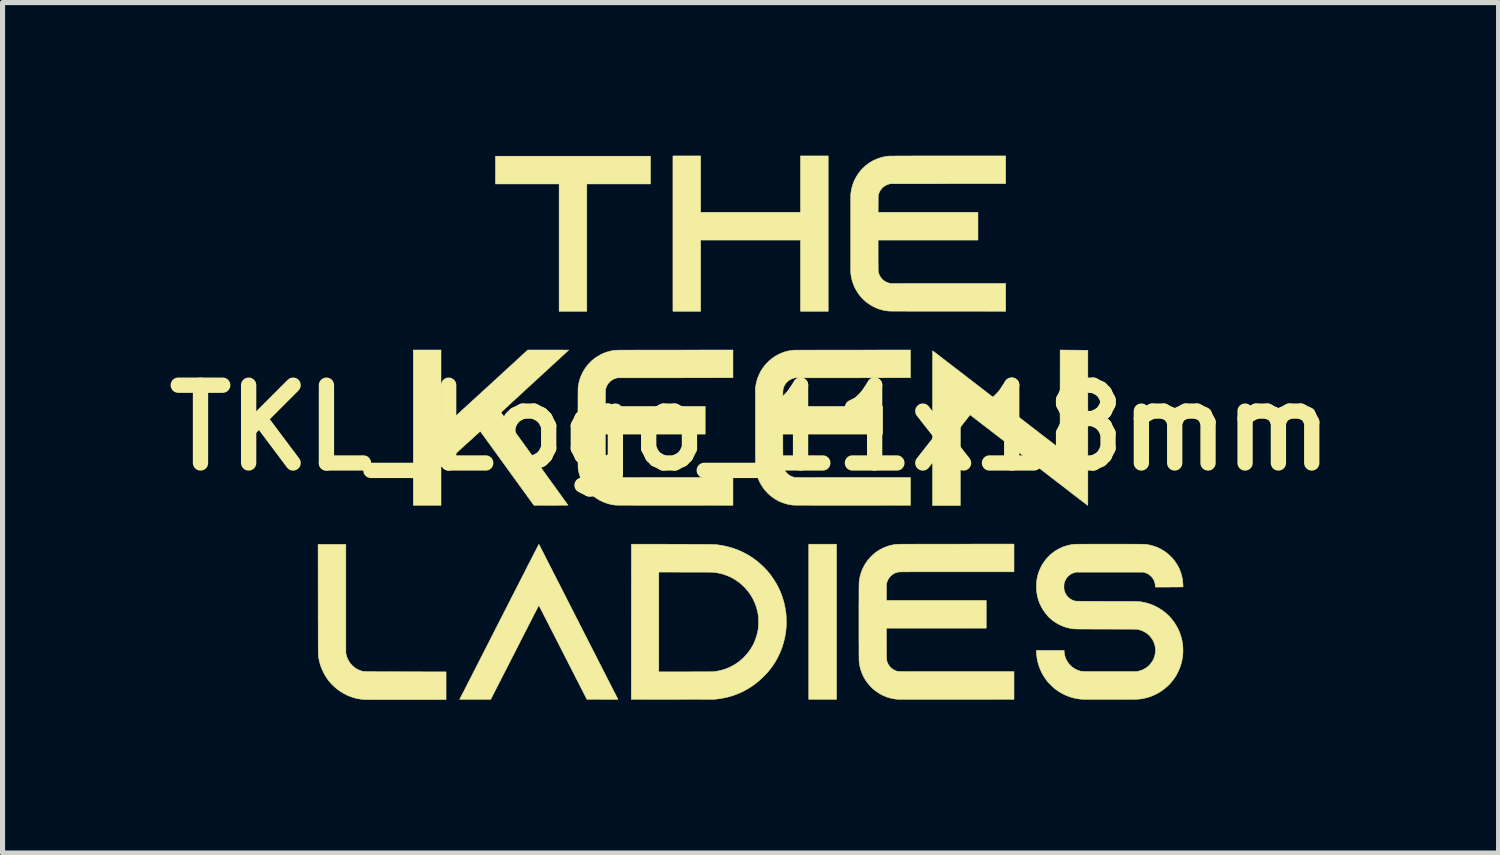
<source format=kicad_pcb>
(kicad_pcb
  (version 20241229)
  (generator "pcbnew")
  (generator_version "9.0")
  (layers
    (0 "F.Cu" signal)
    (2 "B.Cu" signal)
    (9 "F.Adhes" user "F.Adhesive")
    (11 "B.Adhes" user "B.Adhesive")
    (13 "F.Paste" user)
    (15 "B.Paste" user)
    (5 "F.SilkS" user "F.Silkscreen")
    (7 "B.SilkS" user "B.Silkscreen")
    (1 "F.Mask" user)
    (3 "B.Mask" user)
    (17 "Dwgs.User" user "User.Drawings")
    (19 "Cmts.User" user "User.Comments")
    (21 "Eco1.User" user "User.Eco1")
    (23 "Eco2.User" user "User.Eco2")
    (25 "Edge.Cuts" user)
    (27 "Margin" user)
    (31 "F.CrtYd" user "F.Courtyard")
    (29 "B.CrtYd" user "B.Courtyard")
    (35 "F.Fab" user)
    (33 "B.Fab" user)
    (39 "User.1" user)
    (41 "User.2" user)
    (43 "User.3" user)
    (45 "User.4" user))
  (footprint "TKL_Logo_11x18mm"
    (layer "F.Cu")
    (at 11.655 5.331)
    (property "Reference" "TKL_Logo_11x18mm" (at 0 0 0) (layer "F.SilkS") (effects (font (size 1.524 1.524) (thickness 0.3))))
    (attr through_hole)
    (fp_poly (pts (xy 1.684 5.321) (xy 1.14 5.321) (xy 1.14 2.281) (xy 1.684 2.281) (xy 1.684 5.321)) (stroke (width 0.01) (type solid)) (fill yes) (layer "F.SilkS"))
    (fp_poly (pts (xy -1.961 -4.777) (xy -3.208 -4.777) (xy -3.208 -2.281) (xy -3.751 -2.281) (xy -3.751 -4.777) (xy -4.998 -4.777) (xy -4.998 -5.321) (xy -1.961 -5.321) (xy -1.961 -4.777)) (stroke (width 0.01) (type solid)) (fill yes) (layer "F.SilkS"))
    (fp_poly (pts (xy -0.978 -4.221) (xy 0.978 -4.221) (xy 0.978 -5.326) (xy 1.521 -5.326) (xy 1.521 -2.283) (xy 0.978 -2.283) (xy 0.978 -3.678) (xy -0.978 -3.678) (xy -0.978 -2.283) (xy -1.521 -2.283) (xy -1.521 -5.326) (xy -0.978 -5.326) (xy -0.978 -4.221)) (stroke (width 0.01) (type solid)) (fill yes) (layer "F.SilkS"))
    (fp_poly (pts (xy -7.929 4.415) (xy -7.923 4.444) (xy -7.91 4.489) (xy -7.893 4.531) (xy -7.871 4.572) (xy -7.846 4.61) (xy -7.816 4.645) (xy -7.783 4.677) (xy -7.746 4.706) (xy -7.739 4.711) (xy -7.715 4.725) (xy -7.688 4.739) (xy -7.66 4.751) (xy -7.637 4.76) (xy -7.632 4.761) (xy -7.627 4.763) (xy -7.622 4.765) (xy -7.618 4.766) (xy -7.614 4.768) (xy -7.609 4.769) (xy -7.604 4.77) (xy -7.599 4.771) (xy -7.593 4.772) (xy -7.586 4.773) (xy -7.578 4.774) (xy -7.568 4.775) (xy -7.557 4.775) (xy -7.544 4.776) (xy -7.529 4.776) (xy -7.513 4.777) (xy -7.493 4.777) (xy -7.472 4.777) (xy -7.447 4.778) (xy -7.42 4.778) (xy -7.389 4.778) (xy -7.355 4.778) (xy -7.318 4.779) (xy -7.277 4.779) (xy -7.232 4.779) (xy -7.183 4.779) (xy -7.13 4.779) (xy -7.072 4.779) (xy -7.009 4.78) (xy -6.946 4.78) (xy -6.888 4.78) (xy -6.829 4.78) (xy -6.771 4.78) (xy -6.713 4.781) (xy -6.656 4.781) (xy -6.601 4.781) (xy -6.547 4.781) (xy -6.494 4.781) (xy -6.444 4.781) (xy -6.396 4.782) (xy -6.351 4.782) (xy -6.309 4.782) (xy -6.271 4.782) (xy -6.236 4.782) (xy -6.204 4.782) (xy -6.178 4.782) (xy -6.156 4.782) (xy -6.144 4.782) (xy -5.966 4.782) (xy -5.966 5.326) (xy -6.76 5.325) (xy -6.824 5.325) (xy -6.886 5.325) (xy -6.947 5.325) (xy -7.006 5.325) (xy -7.064 5.325) (xy -7.12 5.325) (xy -7.173 5.325) (xy -7.224 5.325) (xy -7.273 5.325) (xy -7.319 5.325) (xy -7.361 5.325) (xy -7.401 5.324) (xy -7.437 5.324) (xy -7.47 5.324) (xy -7.499 5.324) (xy -7.524 5.324) (xy -7.544 5.324) (xy -7.561 5.324) (xy -7.573 5.323) (xy -7.58 5.323) (xy -7.581 5.323) (xy -7.649 5.315) (xy -7.717 5.303) (xy -7.783 5.285) (xy -7.847 5.263) (xy -7.91 5.237) (xy -7.971 5.205) (xy -8.03 5.17) (xy -8.087 5.13) (xy -8.14 5.086) (xy -8.187 5.043) (xy -8.226 5.002) (xy -8.261 4.96) (xy -8.293 4.917) (xy -8.323 4.872) (xy -8.351 4.824) (xy -8.367 4.792) (xy -8.391 4.742) (xy -8.411 4.694) (xy -8.428 4.646) (xy -8.442 4.597) (xy -8.454 4.546) (xy -8.463 4.492) (xy -8.467 4.467) (xy -8.467 4.465) (xy -8.467 4.461) (xy -8.468 4.457) (xy -8.468 4.453) (xy -8.468 4.448) (xy -8.469 4.441) (xy -8.469 4.434) (xy -8.469 4.425) (xy -8.469 4.415) (xy -8.47 4.403) (xy -8.47 4.389) (xy -8.47 4.374) (xy -8.47 4.356) (xy -8.47 4.337) (xy -8.47 4.315) (xy -8.47 4.29) (xy -8.471 4.263) (xy -8.471 4.233) (xy -8.471 4.201) (xy -8.471 4.165) (xy -8.471 4.126) (xy -8.471 4.084) (xy -8.471 4.038) (xy -8.471 3.989) (xy -8.471 3.936) (xy -8.471 3.879) (xy -8.471 3.818) (xy -8.472 3.752) (xy -8.472 3.683) (xy -8.472 3.608) (xy -8.472 3.53) (xy -8.472 3.446) (xy -8.472 3.359) (xy -8.473 2.283) (xy -7.929 2.283) (xy -7.929 4.415)) (stroke (width 0.01) (type solid)) (fill yes) (layer "F.SilkS"))
    (fp_poly (pts (xy 6.187 -1.522) (xy 6.215 -1.522) (xy 6.246 -1.522) (xy 6.281 -1.522) (xy 6.317 -1.521) (xy 6.354 -1.521) (xy 6.39 -1.52) (xy 6.425 -1.52) (xy 6.458 -1.52) (xy 6.459 -1.52) (xy 6.608 -1.518) (xy 6.608 0.002) (xy 6.608 0.089) (xy 6.608 0.176) (xy 6.608 0.261) (xy 6.608 0.344) (xy 6.608 0.426) (xy 6.608 0.506) (xy 6.608 0.584) (xy 6.608 0.659) (xy 6.608 0.733) (xy 6.608 0.804) (xy 6.608 0.873) (xy 6.608 0.939) (xy 6.608 1.002) (xy 6.608 1.063) (xy 6.608 1.12) (xy 6.608 1.174) (xy 6.608 1.224) (xy 6.608 1.272) (xy 6.608 1.315) (xy 6.608 1.355) (xy 6.608 1.391) (xy 6.608 1.423) (xy 6.608 1.45) (xy 6.607 1.474) (xy 6.607 1.492) (xy 6.607 1.507) (xy 6.607 1.516) (xy 6.607 1.521) (xy 6.607 1.521) (xy 6.605 1.52) (xy 6.599 1.515) (xy 6.588 1.507) (xy 6.574 1.497) (xy 6.556 1.483) (xy 6.534 1.466) (xy 6.508 1.446) (xy 6.478 1.423) (xy 6.444 1.397) (xy 6.407 1.368) (xy 6.365 1.337) (xy 6.32 1.302) (xy 6.271 1.264) (xy 6.218 1.223) (xy 6.161 1.18) (xy 6.101 1.133) (xy 6.037 1.084) (xy 5.969 1.032) (xy 5.898 0.977) (xy 5.823 0.919) (xy 5.744 0.858) (xy 5.661 0.795) (xy 5.575 0.728) (xy 5.486 0.659) (xy 5.392 0.587) (xy 5.295 0.513) (xy 5.195 0.435) (xy 5.091 0.355) (xy 5.081 0.347) (xy 4.111 -0.401) (xy 4.11 0.561) (xy 4.109 1.524) (xy 3.566 1.524) (xy 3.566 0.008) (xy 3.566 -0.08) (xy 3.566 -0.166) (xy 3.566 -0.251) (xy 3.566 -0.334) (xy 3.566 -0.416) (xy 3.566 -0.496) (xy 3.566 -0.574) (xy 3.566 -0.649) (xy 3.566 -0.723) (xy 3.566 -0.794) (xy 3.566 -0.863) (xy 3.566 -0.929) (xy 3.566 -0.992) (xy 3.566 -1.052) (xy 3.566 -1.109) (xy 3.566 -1.163) (xy 3.566 -1.213) (xy 3.566 -1.26) (xy 3.566 -1.304) (xy 3.566 -1.344) (xy 3.566 -1.379) (xy 3.567 -1.411) (xy 3.567 -1.438) (xy 3.567 -1.462) (xy 3.567 -1.48) (xy 3.567 -1.494) (xy 3.567 -1.504) (xy 3.567 -1.508) (xy 3.567 -1.509) (xy 3.569 -1.507) (xy 3.575 -1.503) (xy 3.585 -1.495) (xy 3.598 -1.485) (xy 3.615 -1.472) (xy 3.635 -1.457) (xy 3.658 -1.44) (xy 3.684 -1.42) (xy 3.712 -1.398) (xy 3.743 -1.374) (xy 3.777 -1.348) (xy 3.813 -1.32) (xy 3.851 -1.291) (xy 3.891 -1.26) (xy 3.933 -1.228) (xy 3.976 -1.195) (xy 4.021 -1.16) (xy 4.068 -1.125) (xy 4.115 -1.088) (xy 4.164 -1.051) (xy 4.213 -1.013) (xy 4.263 -0.974) (xy 4.313 -0.936) (xy 4.364 -0.896) (xy 4.415 -0.857) (xy 4.467 -0.817) (xy 4.518 -0.778) (xy 4.555 -0.75) (xy 4.6 -0.715) (xy 4.647 -0.678) (xy 4.696 -0.64) (xy 4.746 -0.602) (xy 4.797 -0.563) (xy 4.848 -0.523) (xy 4.899 -0.484) (xy 4.949 -0.445) (xy 4.998 -0.407) (xy 5.046 -0.371) (xy 5.092 -0.335) (xy 5.136 -0.301) (xy 5.177 -0.27) (xy 5.215 -0.241) (xy 5.249 -0.214) (xy 5.253 -0.211) (xy 5.293 -0.18) (xy 5.336 -0.147) (xy 5.381 -0.113) (xy 5.427 -0.077) (xy 5.474 -0.04) (xy 5.522 -0.003) (xy 5.57 0.033) (xy 5.617 0.069) (xy 5.662 0.105) (xy 5.706 0.138) (xy 5.747 0.17) (xy 5.785 0.199) (xy 5.805 0.214) (xy 6.064 0.414) (xy 6.064 -0.555) (xy 6.065 -1.524) (xy 6.187 -1.522)) (stroke (width 0.01) (type solid)) (fill yes) (layer "F.SilkS"))
    (fp_poly (pts (xy 4.998 -4.782) (xy 3.866 -4.782) (xy 2.734 -4.781) (xy 2.709 -4.774) (xy 2.673 -4.762) (xy 2.64 -4.745) (xy 2.609 -4.724) (xy 2.581 -4.7) (xy 2.557 -4.672) (xy 2.536 -4.642) (xy 2.52 -4.608) (xy 2.507 -4.573) (xy 2.501 -4.547) (xy 2.5 -4.384) (xy 2.499 -4.221) (xy 4.455 -4.221) (xy 4.455 -3.678) (xy 2.499 -3.678) (xy 2.499 -3.382) (xy 2.499 -3.328) (xy 2.499 -3.28) (xy 2.499 -3.236) (xy 2.5 -3.197) (xy 2.5 -3.163) (xy 2.5 -3.134) (xy 2.5 -3.11) (xy 2.501 -3.091) (xy 2.501 -3.078) (xy 2.502 -3.069) (xy 2.502 -3.066) (xy 2.505 -3.048) (xy 2.511 -3.027) (xy 2.519 -3.005) (xy 2.527 -2.986) (xy 2.534 -2.972) (xy 2.555 -2.94) (xy 2.58 -2.911) (xy 2.607 -2.886) (xy 2.638 -2.865) (xy 2.672 -2.848) (xy 2.71 -2.835) (xy 2.712 -2.835) (xy 2.737 -2.828) (xy 3.867 -2.827) (xy 4.998 -2.827) (xy 4.998 -2.283) (xy 3.872 -2.284) (xy 3.797 -2.284) (xy 3.722 -2.284) (xy 3.649 -2.284) (xy 3.578 -2.284) (xy 3.508 -2.284) (xy 3.44 -2.284) (xy 3.374 -2.284) (xy 3.31 -2.284) (xy 3.248 -2.284) (xy 3.189 -2.284) (xy 3.133 -2.284) (xy 3.079 -2.284) (xy 3.029 -2.285) (xy 2.981 -2.285) (xy 2.937 -2.285) (xy 2.897 -2.285) (xy 2.86 -2.285) (xy 2.827 -2.285) (xy 2.798 -2.285) (xy 2.773 -2.285) (xy 2.753 -2.286) (xy 2.737 -2.286) (xy 2.725 -2.286) (xy 2.719 -2.286) (xy 2.718 -2.286) (xy 2.655 -2.293) (xy 2.593 -2.305) (xy 2.532 -2.322) (xy 2.474 -2.343) (xy 2.417 -2.369) (xy 2.362 -2.399) (xy 2.309 -2.433) (xy 2.259 -2.471) (xy 2.211 -2.514) (xy 2.167 -2.56) (xy 2.126 -2.61) (xy 2.119 -2.619) (xy 2.085 -2.67) (xy 2.054 -2.723) (xy 2.028 -2.779) (xy 2.005 -2.838) (xy 1.987 -2.898) (xy 1.973 -2.959) (xy 1.964 -3.021) (xy 1.963 -3.032) (xy 1.963 -3.038) (xy 1.963 -3.049) (xy 1.962 -3.065) (xy 1.962 -3.086) (xy 1.962 -3.112) (xy 1.962 -3.143) (xy 1.962 -3.179) (xy 1.961 -3.22) (xy 1.961 -3.266) (xy 1.961 -3.317) (xy 1.961 -3.372) (xy 1.961 -3.433) (xy 1.961 -3.498) (xy 1.961 -3.568) (xy 1.961 -3.642) (xy 1.961 -3.722) (xy 1.961 -3.805) (xy 1.961 -3.889) (xy 1.961 -3.968) (xy 1.961 -4.043) (xy 1.961 -4.113) (xy 1.961 -4.178) (xy 1.961 -4.238) (xy 1.961 -4.293) (xy 1.961 -4.344) (xy 1.961 -4.39) (xy 1.962 -4.43) (xy 1.962 -4.466) (xy 1.962 -4.497) (xy 1.962 -4.523) (xy 1.962 -4.544) (xy 1.963 -4.56) (xy 1.963 -4.571) (xy 1.963 -4.577) (xy 1.972 -4.641) (xy 1.985 -4.703) (xy 2.002 -4.765) (xy 2.025 -4.824) (xy 2.051 -4.881) (xy 2.083 -4.936) (xy 2.118 -4.989) (xy 2.157 -5.038) (xy 2.2 -5.085) (xy 2.247 -5.129) (xy 2.288 -5.162) (xy 2.341 -5.198) (xy 2.396 -5.231) (xy 2.454 -5.258) (xy 2.513 -5.281) (xy 2.574 -5.3) (xy 2.636 -5.313) (xy 2.701 -5.322) (xy 2.713 -5.323) (xy 2.719 -5.323) (xy 2.728 -5.324) (xy 2.743 -5.324) (xy 2.762 -5.324) (xy 2.786 -5.324) (xy 2.814 -5.324) (xy 2.847 -5.325) (xy 2.885 -5.325) (xy 2.928 -5.325) (xy 2.975 -5.325) (xy 3.027 -5.325) (xy 3.084 -5.325) (xy 3.146 -5.325) (xy 3.212 -5.326) (xy 3.284 -5.326) (xy 3.36 -5.326) (xy 3.442 -5.326) (xy 3.528 -5.326) (xy 3.619 -5.326) (xy 3.716 -5.326) (xy 3.817 -5.326) (xy 3.872 -5.326) (xy 4.998 -5.326) (xy 4.998 -4.782)) (stroke (width 0.01) (type solid)) (fill yes) (layer "F.SilkS"))
    (fp_poly (pts (xy 3.132 -0.98) (xy 0.87 -0.979) (xy 0.846 -0.972) (xy 0.808 -0.959) (xy 0.774 -0.943) (xy 0.743 -0.922) (xy 0.715 -0.898) (xy 0.691 -0.871) (xy 0.67 -0.841) (xy 0.654 -0.807) (xy 0.649 -0.795) (xy 0.646 -0.785) (xy 0.643 -0.777) (xy 0.641 -0.768) (xy 0.639 -0.76) (xy 0.637 -0.75) (xy 0.636 -0.74) (xy 0.635 -0.728) (xy 0.634 -0.713) (xy 0.633 -0.697) (xy 0.633 -0.677) (xy 0.633 -0.654) (xy 0.632 -0.627) (xy 0.632 -0.596) (xy 0.632 -0.571) (xy 0.632 -0.419) (xy 2.588 -0.419) (xy 2.588 0.124) (xy 0.632 0.124) (xy 0.633 0.432) (xy 0.634 0.74) (xy 0.641 0.766) (xy 0.654 0.802) (xy 0.67 0.836) (xy 0.691 0.867) (xy 0.716 0.894) (xy 0.744 0.919) (xy 0.775 0.939) (xy 0.808 0.956) (xy 0.842 0.967) (xy 0.867 0.974) (xy 1.999 0.975) (xy 3.132 0.975) (xy 3.132 1.519) (xy 1.998 1.518) (xy 1.922 1.518) (xy 1.848 1.518) (xy 1.774 1.518) (xy 1.703 1.518) (xy 1.632 1.518) (xy 1.564 1.518) (xy 1.498 1.518) (xy 1.434 1.518) (xy 1.372 1.518) (xy 1.313 1.518) (xy 1.256 1.518) (xy 1.203 1.518) (xy 1.152 1.517) (xy 1.105 1.517) (xy 1.06 1.517) (xy 1.02 1.517) (xy 0.983 1.517) (xy 0.95 1.517) (xy 0.921 1.517) (xy 0.896 1.517) (xy 0.875 1.516) (xy 0.859 1.516) (xy 0.847 1.516) (xy 0.841 1.516) (xy 0.839 1.516) (xy 0.777 1.508) (xy 0.715 1.495) (xy 0.655 1.477) (xy 0.596 1.455) (xy 0.539 1.429) (xy 0.485 1.398) (xy 0.432 1.363) (xy 0.383 1.324) (xy 0.336 1.281) (xy 0.293 1.235) (xy 0.276 1.214) (xy 0.237 1.162) (xy 0.203 1.107) (xy 0.173 1.051) (xy 0.148 0.992) (xy 0.128 0.931) (xy 0.111 0.868) (xy 0.107 0.846) (xy 0.106 0.84) (xy 0.105 0.834) (xy 0.104 0.829) (xy 0.103 0.824) (xy 0.102 0.819) (xy 0.101 0.813) (xy 0.101 0.807) (xy 0.1 0.8) (xy 0.099 0.792) (xy 0.099 0.784) (xy 0.098 0.774) (xy 0.098 0.763) (xy 0.097 0.75) (xy 0.097 0.735) (xy 0.097 0.719) (xy 0.097 0.7) (xy 0.096 0.679) (xy 0.096 0.656) (xy 0.096 0.63) (xy 0.096 0.601) (xy 0.096 0.569) (xy 0.095 0.534) (xy 0.095 0.496) (xy 0.095 0.454) (xy 0.095 0.409) (xy 0.095 0.359) (xy 0.095 0.306) (xy 0.095 0.248) (xy 0.095 0.186) (xy 0.095 0.119) (xy 0.095 0.048) (xy 0.095 -0.006) (xy 0.095 -0.778) (xy 0.101 -0.815) (xy 0.112 -0.876) (xy 0.127 -0.934) (xy 0.145 -0.99) (xy 0.146 -0.993) (xy 0.152 -1.007) (xy 0.16 -1.025) (xy 0.169 -1.045) (xy 0.179 -1.065) (xy 0.188 -1.085) (xy 0.198 -1.103) (xy 0.206 -1.118) (xy 0.209 -1.122) (xy 0.243 -1.175) (xy 0.282 -1.226) (xy 0.325 -1.273) (xy 0.37 -1.317) (xy 0.419 -1.357) (xy 0.471 -1.394) (xy 0.525 -1.426) (xy 0.581 -1.453) (xy 0.616 -1.468) (xy 0.65 -1.48) (xy 0.685 -1.491) (xy 0.722 -1.501) (xy 0.761 -1.509) (xy 0.803 -1.516) (xy 0.817 -1.518) (xy 0.819 -1.519) (xy 0.822 -1.519) (xy 0.826 -1.519) (xy 0.831 -1.519) (xy 0.836 -1.52) (xy 0.843 -1.52) (xy 0.851 -1.52) (xy 0.861 -1.52) (xy 0.872 -1.521) (xy 0.884 -1.521) (xy 0.899 -1.521) (xy 0.916 -1.521) (xy 0.934 -1.521) (xy 0.955 -1.521) (xy 0.978 -1.522) (xy 1.004 -1.522) (xy 1.033 -1.522) (xy 1.064 -1.522) (xy 1.098 -1.522) (xy 1.136 -1.522) (xy 1.176 -1.522) (xy 1.22 -1.522) (xy 1.268 -1.522) (xy 1.319 -1.523) (xy 1.374 -1.523) (xy 1.432 -1.523) (xy 1.495 -1.523) (xy 1.562 -1.523) (xy 1.634 -1.523) (xy 1.71 -1.523) (xy 1.79 -1.523) (xy 1.876 -1.523) (xy 1.966 -1.523) (xy 1.988 -1.523) (xy 3.132 -1.524) (xy 3.132 -0.98)) (stroke (width 0.01) (type solid)) (fill yes) (layer "F.SilkS"))
    (fp_poly (pts (xy -6.065 -0.747) (xy -6.065 -0.684) (xy -6.065 -0.623) (xy -6.065 -0.563) (xy -6.065 -0.505) (xy -6.065 -0.449) (xy -6.065 -0.395) (xy -6.065 -0.344) (xy -6.065 -0.295) (xy -6.065 -0.248) (xy -6.065 -0.205) (xy -6.064 -0.164) (xy -6.064 -0.127) (xy -6.064 -0.093) (xy -6.064 -0.063) (xy -6.064 -0.037) (xy -6.064 -0.014) (xy -6.064 0.004) (xy -6.064 0.017) (xy -6.064 0.026) (xy -6.064 0.03) (xy -6.064 0.03) (xy -6.062 0.029) (xy -6.056 0.024) (xy -6.047 0.016) (xy -6.034 0.004) (xy -6.019 -0.01) (xy -6 -0.027) (xy -5.978 -0.047) (xy -5.954 -0.069) (xy -5.926 -0.094) (xy -5.897 -0.121) (xy -5.864 -0.15) (xy -5.83 -0.182) (xy -5.793 -0.215) (xy -5.755 -0.25) (xy -5.714 -0.287) (xy -5.672 -0.326) (xy -5.629 -0.366) (xy -5.583 -0.407) (xy -5.537 -0.449) (xy -5.489 -0.493) (xy -5.44 -0.538) (xy -5.39 -0.583) (xy -5.34 -0.63) (xy -5.288 -0.677) (xy -5.237 -0.724) (xy -5.184 -0.772) (xy -5.132 -0.82) (xy -5.079 -0.868) (xy -5.027 -0.916) (xy -4.974 -0.964) (xy -4.922 -1.012) (xy -4.87 -1.06) (xy -4.819 -1.107) (xy -4.768 -1.153) (xy -4.761 -1.16) (xy -4.365 -1.524) (xy -3.964 -1.524) (xy -3.919 -1.524) (xy -3.876 -1.524) (xy -3.834 -1.524) (xy -3.795 -1.524) (xy -3.757 -1.524) (xy -3.722 -1.524) (xy -3.69 -1.524) (xy -3.661 -1.523) (xy -3.635 -1.523) (xy -3.613 -1.523) (xy -3.594 -1.523) (xy -3.58 -1.523) (xy -3.57 -1.523) (xy -3.564 -1.523) (xy -3.563 -1.523) (xy -3.565 -1.521) (xy -3.571 -1.516) (xy -3.58 -1.508) (xy -3.592 -1.496) (xy -3.607 -1.482) (xy -3.626 -1.465) (xy -3.647 -1.445) (xy -3.672 -1.423) (xy -3.699 -1.398) (xy -3.728 -1.371) (xy -3.76 -1.341) (xy -3.794 -1.31) (xy -3.831 -1.276) (xy -3.869 -1.241) (xy -3.909 -1.204) (xy -3.951 -1.165) (xy -3.995 -1.125) (xy -4.04 -1.084) (xy -4.087 -1.041) (xy -4.134 -0.997) (xy -4.183 -0.952) (xy -4.228 -0.912) (xy -4.293 -0.851) (xy -4.356 -0.794) (xy -4.414 -0.74) (xy -4.469 -0.689) (xy -4.521 -0.642) (xy -4.569 -0.598) (xy -4.613 -0.557) (xy -4.654 -0.52) (xy -4.691 -0.485) (xy -4.725 -0.453) (xy -4.756 -0.425) (xy -4.783 -0.4) (xy -4.808 -0.377) (xy -4.829 -0.357) (xy -4.846 -0.341) (xy -4.861 -0.327) (xy -4.873 -0.316) (xy -4.881 -0.308) (xy -4.887 -0.302) (xy -4.889 -0.299) (xy -4.889 -0.299) (xy -4.888 -0.297) (xy -4.883 -0.29) (xy -4.876 -0.28) (xy -4.866 -0.266) (xy -4.853 -0.249) (xy -4.838 -0.228) (xy -4.821 -0.204) (xy -4.801 -0.177) (xy -4.779 -0.146) (xy -4.755 -0.113) (xy -4.729 -0.077) (xy -4.701 -0.038) (xy -4.671 0.003) (xy -4.639 0.047) (xy -4.606 0.093) (xy -4.571 0.141) (xy -4.535 0.191) (xy -4.497 0.243) (xy -4.458 0.297) (xy -4.418 0.353) (xy -4.377 0.409) (xy -4.335 0.468) (xy -4.292 0.527) (xy -4.248 0.588) (xy -4.231 0.611) (xy -3.576 1.517) (xy -3.909 1.518) (xy -4.243 1.519) (xy -4.248 1.513) (xy -4.25 1.51) (xy -4.254 1.504) (xy -4.262 1.494) (xy -4.272 1.48) (xy -4.285 1.462) (xy -4.3 1.441) (xy -4.317 1.417) (xy -4.337 1.39) (xy -4.359 1.36) (xy -4.383 1.327) (xy -4.408 1.292) (xy -4.436 1.254) (xy -4.465 1.214) (xy -4.496 1.171) (xy -4.528 1.127) (xy -4.561 1.081) (xy -4.596 1.033) (xy -4.632 0.983) (xy -4.669 0.932) (xy -4.707 0.88) (xy -4.746 0.826) (xy -4.773 0.788) (xy -4.813 0.734) (xy -4.851 0.681) (xy -4.889 0.629) (xy -4.925 0.578) (xy -4.961 0.529) (xy -4.995 0.482) (xy -5.028 0.436) (xy -5.06 0.393) (xy -5.09 0.351) (xy -5.118 0.312) (xy -5.145 0.275) (xy -5.17 0.241) (xy -5.193 0.209) (xy -5.214 0.18) (xy -5.233 0.154) (xy -5.25 0.131) (xy -5.264 0.112) (xy -5.275 0.096) (xy -5.285 0.083) (xy -5.291 0.075) (xy -5.295 0.07) (xy -5.296 0.069) (xy -5.298 0.07) (xy -5.303 0.075) (xy -5.312 0.083) (xy -5.324 0.094) (xy -5.339 0.108) (xy -5.358 0.124) (xy -5.378 0.143) (xy -5.402 0.164) (xy -5.427 0.188) (xy -5.455 0.213) (xy -5.485 0.24) (xy -5.517 0.269) (xy -5.55 0.299) (xy -5.585 0.33) (xy -5.621 0.363) (xy -5.658 0.397) (xy -5.681 0.418) (xy -6.065 0.767) (xy -6.065 1.519) (xy -6.608 1.519) (xy -6.608 -1.524) (xy -6.065 -1.524) (xy -6.065 -0.747)) (stroke (width 0.01) (type solid)) (fill yes) (layer "F.SilkS"))
    (fp_poly (pts (xy -0.345 -0.98) (xy -2.607 -0.979) (xy -2.628 -0.973) (xy -2.666 -0.961) (xy -2.701 -0.944) (xy -2.732 -0.924) (xy -2.76 -0.9) (xy -2.785 -0.872) (xy -2.806 -0.841) (xy -2.823 -0.808) (xy -2.836 -0.771) (xy -2.839 -0.759) (xy -2.84 -0.755) (xy -2.84 -0.75) (xy -2.841 -0.744) (xy -2.842 -0.736) (xy -2.842 -0.726) (xy -2.842 -0.713) (xy -2.843 -0.697) (xy -2.843 -0.678) (xy -2.843 -0.656) (xy -2.843 -0.629) (xy -2.844 -0.597) (xy -2.844 -0.581) (xy -2.845 -0.419) (xy -0.889 -0.419) (xy -0.889 0.124) (xy -2.845 0.124) (xy -2.845 0.421) (xy -2.845 0.468) (xy -2.844 0.51) (xy -2.844 0.548) (xy -2.844 0.581) (xy -2.844 0.61) (xy -2.844 0.636) (xy -2.844 0.659) (xy -2.844 0.679) (xy -2.843 0.695) (xy -2.843 0.71) (xy -2.842 0.722) (xy -2.841 0.733) (xy -2.84 0.742) (xy -2.839 0.75) (xy -2.838 0.756) (xy -2.837 0.762) (xy -2.835 0.768) (xy -2.833 0.774) (xy -2.832 0.78) (xy -2.83 0.784) (xy -2.816 0.818) (xy -2.798 0.85) (xy -2.776 0.879) (xy -2.75 0.905) (xy -2.721 0.927) (xy -2.689 0.946) (xy -2.655 0.961) (xy -2.635 0.967) (xy -2.61 0.974) (xy -1.477 0.975) (xy -0.345 0.975) (xy -0.345 1.519) (xy -1.479 1.518) (xy -1.555 1.518) (xy -1.629 1.518) (xy -1.703 1.518) (xy -1.774 1.518) (xy -1.844 1.518) (xy -1.913 1.518) (xy -1.979 1.518) (xy -2.043 1.518) (xy -2.105 1.518) (xy -2.164 1.518) (xy -2.22 1.518) (xy -2.274 1.518) (xy -2.325 1.517) (xy -2.372 1.517) (xy -2.416 1.517) (xy -2.457 1.517) (xy -2.494 1.517) (xy -2.527 1.517) (xy -2.556 1.517) (xy -2.581 1.517) (xy -2.602 1.516) (xy -2.618 1.516) (xy -2.629 1.516) (xy -2.636 1.516) (xy -2.638 1.516) (xy -2.7 1.508) (xy -2.762 1.495) (xy -2.822 1.477) (xy -2.881 1.455) (xy -2.938 1.429) (xy -2.992 1.398) (xy -3.044 1.363) (xy -3.094 1.324) (xy -3.14 1.281) (xy -3.183 1.235) (xy -3.2 1.215) (xy -3.239 1.163) (xy -3.273 1.108) (xy -3.303 1.052) (xy -3.328 0.993) (xy -3.349 0.932) (xy -3.365 0.869) (xy -3.377 0.803) (xy -3.378 0.792) (xy -3.379 0.787) (xy -3.379 0.777) (xy -3.379 0.762) (xy -3.38 0.743) (xy -3.38 0.72) (xy -3.38 0.693) (xy -3.38 0.662) (xy -3.381 0.628) (xy -3.381 0.591) (xy -3.381 0.551) (xy -3.381 0.508) (xy -3.381 0.463) (xy -3.381 0.416) (xy -3.382 0.367) (xy -3.382 0.316) (xy -3.382 0.264) (xy -3.382 0.21) (xy -3.382 0.156) (xy -3.382 0.101) (xy -3.382 0.045) (xy -3.382 -0.01) (xy -3.382 -0.066) (xy -3.382 -0.121) (xy -3.382 -0.176) (xy -3.382 -0.23) (xy -3.382 -0.283) (xy -3.382 -0.335) (xy -3.382 -0.386) (xy -3.381 -0.434) (xy -3.381 -0.481) (xy -3.381 -0.525) (xy -3.381 -0.567) (xy -3.381 -0.606) (xy -3.381 -0.642) (xy -3.38 -0.675) (xy -3.38 -0.705) (xy -3.38 -0.731) (xy -3.38 -0.752) (xy -3.379 -0.77) (xy -3.379 -0.783) (xy -3.379 -0.792) (xy -3.378 -0.795) (xy -3.368 -0.861) (xy -3.353 -0.924) (xy -3.333 -0.985) (xy -3.309 -1.044) (xy -3.28 -1.101) (xy -3.246 -1.156) (xy -3.208 -1.209) (xy -3.202 -1.218) (xy -3.188 -1.234) (xy -3.171 -1.253) (xy -3.153 -1.272) (xy -3.134 -1.291) (xy -3.116 -1.309) (xy -3.099 -1.324) (xy -3.097 -1.326) (xy -3.049 -1.364) (xy -2.997 -1.399) (xy -2.943 -1.43) (xy -2.887 -1.457) (xy -2.83 -1.479) (xy -2.771 -1.497) (xy -2.712 -1.51) (xy -2.711 -1.51) (xy -2.706 -1.511) (xy -2.701 -1.512) (xy -2.696 -1.513) (xy -2.692 -1.514) (xy -2.688 -1.514) (xy -2.683 -1.515) (xy -2.678 -1.516) (xy -2.673 -1.516) (xy -2.668 -1.517) (xy -2.662 -1.518) (xy -2.654 -1.518) (xy -2.646 -1.519) (xy -2.637 -1.519) (xy -2.627 -1.519) (xy -2.615 -1.52) (xy -2.602 -1.52) (xy -2.587 -1.52) (xy -2.57 -1.521) (xy -2.551 -1.521) (xy -2.531 -1.521) (xy -2.507 -1.521) (xy -2.482 -1.522) (xy -2.454 -1.522) (xy -2.423 -1.522) (xy -2.39 -1.522) (xy -2.353 -1.522) (xy -2.313 -1.522) (xy -2.27 -1.522) (xy -2.224 -1.523) (xy -2.174 -1.523) (xy -2.12 -1.523) (xy -2.063 -1.523) (xy -2.001 -1.523) (xy -1.936 -1.523) (xy -1.866 -1.523) (xy -1.792 -1.523) (xy -1.713 -1.523) (xy -1.629 -1.523) (xy -1.541 -1.523) (xy -1.489 -1.523) (xy -0.345 -1.524) (xy -0.345 -0.98)) (stroke (width 0.01) (type solid)) (fill yes) (layer "F.SilkS"))
    (fp_poly (pts (xy -4.146 2.285) (xy -4.142 2.292) (xy -4.137 2.303) (xy -4.129 2.318) (xy -4.119 2.337) (xy -4.107 2.36) (xy -4.094 2.387) (xy -4.078 2.417) (xy -4.061 2.451) (xy -4.042 2.489) (xy -4.021 2.529) (xy -3.999 2.573) (xy -3.975 2.62) (xy -3.95 2.669) (xy -3.923 2.722) (xy -3.895 2.776) (xy -3.866 2.834) (xy -3.835 2.893) (xy -3.804 2.955) (xy -3.771 3.019) (xy -3.737 3.085) (xy -3.703 3.153) (xy -3.667 3.223) (xy -3.631 3.294) (xy -3.594 3.367) (xy -3.556 3.441) (xy -3.518 3.516) (xy -3.497 3.558) (xy -3.457 3.636) (xy -3.417 3.714) (xy -3.378 3.791) (xy -3.339 3.867) (xy -3.301 3.943) (xy -3.263 4.017) (xy -3.225 4.091) (xy -3.188 4.163) (xy -3.152 4.234) (xy -3.117 4.303) (xy -3.083 4.37) (xy -3.049 4.436) (xy -3.017 4.499) (xy -2.986 4.56) (xy -2.956 4.619) (xy -2.927 4.675) (xy -2.9 4.729) (xy -2.874 4.779) (xy -2.85 4.826) (xy -2.827 4.871) (xy -2.807 4.911) (xy -2.788 4.949) (xy -2.77 4.982) (xy -2.755 5.012) (xy -2.742 5.037) (xy -2.731 5.059) (xy -2.723 5.075) (xy -2.706 5.108) (xy -2.69 5.14) (xy -2.675 5.169) (xy -2.66 5.198) (xy -2.647 5.223) (xy -2.635 5.247) (xy -2.625 5.268) (xy -2.616 5.285) (xy -2.608 5.3) (xy -2.603 5.31) (xy -2.599 5.317) (xy -2.598 5.32) (xy -2.598 5.32) (xy -2.601 5.32) (xy -2.608 5.32) (xy -2.62 5.32) (xy -2.635 5.32) (xy -2.655 5.32) (xy -2.678 5.32) (xy -2.705 5.32) (xy -2.734 5.32) (xy -2.766 5.32) (xy -2.8 5.32) (xy -2.837 5.32) (xy -2.874 5.32) (xy -2.902 5.32) (xy -3.206 5.319) (xy -3.321 5.096) (xy -3.331 5.075) (xy -3.344 5.05) (xy -3.359 5.021) (xy -3.376 4.988) (xy -3.395 4.951) (xy -3.415 4.911) (xy -3.437 4.869) (xy -3.46 4.823) (xy -3.485 4.775) (xy -3.51 4.725) (xy -3.537 4.673) (xy -3.565 4.619) (xy -3.593 4.563) (xy -3.622 4.507) (xy -3.651 4.449) (xy -3.681 4.391) (xy -3.711 4.332) (xy -3.741 4.273) (xy -3.771 4.214) (xy -3.791 4.175) (xy -3.819 4.12) (xy -3.847 4.065) (xy -3.874 4.012) (xy -3.901 3.96) (xy -3.926 3.91) (xy -3.951 3.861) (xy -3.975 3.815) (xy -3.997 3.771) (xy -4.019 3.729) (xy -4.039 3.69) (xy -4.057 3.654) (xy -4.074 3.621) (xy -4.09 3.59) (xy -4.104 3.563) (xy -4.116 3.54) (xy -4.127 3.519) (xy -4.135 3.503) (xy -4.142 3.491) (xy -4.146 3.483) (xy -4.148 3.479) (xy -4.148 3.478) (xy -4.15 3.48) (xy -4.153 3.487) (xy -4.159 3.498) (xy -4.166 3.512) (xy -4.176 3.531) (xy -4.187 3.553) (xy -4.201 3.579) (xy -4.215 3.608) (xy -4.232 3.639) (xy -4.25 3.674) (xy -4.269 3.712) (xy -4.289 3.752) (xy -4.311 3.794) (xy -4.334 3.839) (xy -4.358 3.885) (xy -4.382 3.934) (xy -4.408 3.984) (xy -4.434 4.035) (xy -4.461 4.088) (xy -4.471 4.108) (xy -4.501 4.165) (xy -4.53 4.223) (xy -4.56 4.282) (xy -4.59 4.341) (xy -4.62 4.4) (xy -4.65 4.458) (xy -4.68 4.516) (xy -4.709 4.573) (xy -4.737 4.629) (xy -4.765 4.683) (xy -4.791 4.735) (xy -4.817 4.785) (xy -4.841 4.832) (xy -4.864 4.876) (xy -4.885 4.918) (xy -4.904 4.956) (xy -4.921 4.99) (xy -4.937 5.02) (xy -4.942 5.029) (xy -5.091 5.321) (xy -5.395 5.321) (xy -5.7 5.321) (xy -5.663 5.249) (xy -5.65 5.224) (xy -5.637 5.199) (xy -5.624 5.173) (xy -5.61 5.147) (xy -5.596 5.119) (xy -5.582 5.092) (xy -5.567 5.063) (xy -5.552 5.033) (xy -5.536 5.001) (xy -5.519 4.968) (xy -5.502 4.934) (xy -5.483 4.898) (xy -5.464 4.861) (xy -5.444 4.821) (xy -5.423 4.779) (xy -5.4 4.736) (xy -5.377 4.69) (xy -5.352 4.641) (xy -5.326 4.59) (xy -5.298 4.536) (xy -5.27 4.479) (xy -5.239 4.42) (xy -5.207 4.357) (xy -5.174 4.291) (xy -5.138 4.222) (xy -5.101 4.149) (xy -5.062 4.073) (xy -5.021 3.992) (xy -4.978 3.908) (xy -4.933 3.82) (xy -4.886 3.728) (xy -4.837 3.631) (xy -4.794 3.547) (xy -4.756 3.472) (xy -4.718 3.398) (xy -4.681 3.324) (xy -4.644 3.253) (xy -4.608 3.183) (xy -4.573 3.114) (xy -4.539 3.047) (xy -4.506 2.983) (xy -4.474 2.92) (xy -4.443 2.859) (xy -4.413 2.801) (xy -4.385 2.745) (xy -4.358 2.691) (xy -4.332 2.641) (xy -4.307 2.593) (xy -4.284 2.548) (xy -4.263 2.506) (xy -4.243 2.467) (xy -4.225 2.432) (xy -4.208 2.4) (xy -4.193 2.371) (xy -4.181 2.347) (xy -4.17 2.326) (xy -4.161 2.309) (xy -4.154 2.296) (xy -4.15 2.287) (xy -4.148 2.283) (xy -4.147 2.283) (xy -4.146 2.285)) (stroke (width 0.01) (type solid)) (fill yes) (layer "F.SilkS"))
    (fp_poly (pts (xy -1.929 2.281) (xy -1.875 2.281) (xy -1.817 2.281) (xy -1.756 2.281) (xy -1.692 2.281) (xy -1.626 2.281) (xy -1.559 2.282) (xy -1.492 2.282) (xy -1.425 2.282) (xy -1.359 2.282) (xy -1.296 2.282) (xy -1.235 2.283) (xy -1.178 2.283) (xy -1.125 2.283) (xy -1.125 2.283) (xy -1.07 2.283) (xy -1.021 2.284) (xy -0.975 2.284) (xy -0.934 2.284) (xy -0.897 2.285) (xy -0.864 2.285) (xy -0.834 2.285) (xy -0.807 2.285) (xy -0.783 2.286) (xy -0.762 2.286) (xy -0.743 2.287) (xy -0.726 2.287) (xy -0.711 2.288) (xy -0.697 2.289) (xy -0.685 2.289) (xy -0.673 2.29) (xy -0.663 2.291) (xy -0.652 2.292) (xy -0.642 2.294) (xy -0.631 2.295) (xy -0.621 2.297) (xy -0.609 2.298) (xy -0.606 2.299) (xy -0.518 2.314) (xy -0.432 2.334) (xy -0.347 2.359) (xy -0.265 2.388) (xy -0.185 2.422) (xy -0.106 2.461) (xy -0.03 2.504) (xy 0.044 2.552) (xy 0.094 2.588) (xy 0.125 2.612) (xy 0.158 2.639) (xy 0.192 2.669) (xy 0.226 2.7) (xy 0.259 2.732) (xy 0.29 2.763) (xy 0.318 2.793) (xy 0.335 2.813) (xy 0.391 2.882) (xy 0.442 2.954) (xy 0.489 3.028) (xy 0.532 3.104) (xy 0.57 3.182) (xy 0.603 3.262) (xy 0.631 3.344) (xy 0.655 3.428) (xy 0.674 3.513) (xy 0.684 3.571) (xy 0.688 3.597) (xy 0.691 3.62) (xy 0.694 3.641) (xy 0.696 3.661) (xy 0.697 3.682) (xy 0.698 3.703) (xy 0.699 3.727) (xy 0.699 3.753) (xy 0.7 3.783) (xy 0.7 3.797) (xy 0.7 3.829) (xy 0.699 3.856) (xy 0.699 3.88) (xy 0.698 3.902) (xy 0.697 3.922) (xy 0.695 3.941) (xy 0.693 3.961) (xy 0.691 3.982) (xy 0.688 4.004) (xy 0.687 4.013) (xy 0.672 4.1) (xy 0.652 4.185) (xy 0.628 4.269) (xy 0.599 4.351) (xy 0.565 4.431) (xy 0.527 4.509) (xy 0.484 4.584) (xy 0.437 4.657) (xy 0.394 4.716) (xy 0.378 4.737) (xy 0.363 4.755) (xy 0.349 4.773) (xy 0.333 4.791) (xy 0.316 4.81) (xy 0.296 4.831) (xy 0.291 4.837) (xy 0.226 4.901) (xy 0.16 4.961) (xy 0.092 5.016) (xy 0.022 5.066) (xy -0.051 5.112) (xy -0.125 5.154) (xy -0.203 5.191) (xy -0.282 5.224) (xy -0.315 5.236) (xy -0.385 5.259) (xy -0.458 5.279) (xy -0.534 5.295) (xy -0.612 5.308) (xy -0.659 5.314) (xy -0.707 5.319) (xy -1.522 5.32) (xy -2.337 5.321) (xy -2.336 4.782) (xy -1.798 4.782) (xy -1.268 4.782) (xy -1.206 4.782) (xy -1.15 4.781) (xy -1.098 4.781) (xy -1.05 4.781) (xy -1.007 4.781) (xy -0.967 4.781) (xy -0.932 4.781) (xy -0.9 4.781) (xy -0.871 4.781) (xy -0.845 4.78) (xy -0.823 4.78) (xy -0.803 4.78) (xy -0.786 4.78) (xy -0.771 4.78) (xy -0.758 4.779) (xy -0.747 4.779) (xy -0.738 4.779) (xy -0.73 4.778) (xy -0.723 4.778) (xy -0.717 4.778) (xy -0.712 4.777) (xy -0.708 4.777) (xy -0.706 4.776) (xy -0.648 4.767) (xy -0.594 4.756) (xy -0.542 4.742) (xy -0.492 4.726) (xy -0.443 4.707) (xy -0.394 4.684) (xy -0.389 4.682) (xy -0.335 4.653) (xy -0.285 4.623) (xy -0.238 4.59) (xy -0.192 4.554) (xy -0.147 4.513) (xy -0.128 4.494) (xy -0.079 4.442) (xy -0.035 4.387) (xy 0.005 4.33) (xy 0.04 4.271) (xy 0.071 4.209) (xy 0.097 4.144) (xy 0.119 4.078) (xy 0.137 4.009) (xy 0.15 3.937) (xy 0.152 3.924) (xy 0.153 3.913) (xy 0.154 3.901) (xy 0.155 3.888) (xy 0.155 3.874) (xy 0.156 3.856) (xy 0.156 3.836) (xy 0.156 3.811) (xy 0.156 3.805) (xy 0.156 3.776) (xy 0.156 3.751) (xy 0.155 3.729) (xy 0.154 3.71) (xy 0.152 3.692) (xy 0.15 3.674) (xy 0.148 3.656) (xy 0.144 3.636) (xy 0.142 3.624) (xy 0.126 3.556) (xy 0.106 3.49) (xy 0.081 3.425) (xy 0.052 3.362) (xy 0.018 3.301) (xy -0.02 3.243) (xy -0.062 3.188) (xy -0.107 3.136) (xy -0.157 3.086) (xy -0.21 3.041) (xy -0.226 3.029) (xy -0.245 3.014) (xy -0.266 3) (xy -0.288 2.985) (xy -0.309 2.971) (xy -0.328 2.96) (xy -0.339 2.953) (xy -0.397 2.923) (xy -0.457 2.897) (xy -0.52 2.874) (xy -0.583 2.856) (xy -0.646 2.843) (xy -0.656 2.841) (xy -0.665 2.839) (xy -0.673 2.838) (xy -0.68 2.837) (xy -0.687 2.836) (xy -0.695 2.835) (xy -0.702 2.834) (xy -0.71 2.833) (xy -0.719 2.832) (xy -0.729 2.832) (xy -0.74 2.831) (xy -0.752 2.831) (xy -0.766 2.83) (xy -0.782 2.83) (xy -0.8 2.829) (xy -0.82 2.829) (xy -0.843 2.829) (xy -0.869 2.829) (xy -0.897 2.828) (xy -0.929 2.828) (xy -0.964 2.828) (xy -1.003 2.828) (xy -1.046 2.828) (xy -1.093 2.828) (xy -1.145 2.828) (xy -1.201 2.828) (xy -1.262 2.828) (xy -1.271 2.828) (xy -1.798 2.827) (xy -1.798 4.782) (xy -2.336 4.782) (xy -2.336 3.801) (xy -2.335 2.281) (xy -1.929 2.281)) (stroke (width 0.01) (type solid)) (fill yes) (layer "F.SilkS"))
    (fp_poly (pts (xy 5.161 2.822) (xy 4.05 2.822) (xy 3.946 2.822) (xy 3.848 2.822) (xy 3.755 2.822) (xy 3.666 2.822) (xy 3.583 2.822) (xy 3.505 2.822) (xy 3.431 2.822) (xy 3.363 2.822) (xy 3.299 2.822) (xy 3.241 2.822) (xy 3.187 2.822) (xy 3.138 2.822) (xy 3.094 2.823) (xy 3.055 2.823) (xy 3.02 2.823) (xy 2.991 2.823) (xy 2.966 2.823) (xy 2.946 2.824) (xy 2.931 2.824) (xy 2.92 2.824) (xy 2.914 2.824) (xy 2.913 2.824) (xy 2.876 2.831) (xy 2.841 2.841) (xy 2.808 2.857) (xy 2.777 2.877) (xy 2.748 2.902) (xy 2.722 2.93) (xy 2.701 2.96) (xy 2.684 2.993) (xy 2.675 3.017) (xy 2.673 3.025) (xy 2.67 3.033) (xy 2.668 3.042) (xy 2.667 3.051) (xy 2.665 3.061) (xy 2.664 3.072) (xy 2.663 3.086) (xy 2.663 3.101) (xy 2.662 3.12) (xy 2.662 3.142) (xy 2.662 3.167) (xy 2.662 3.197) (xy 2.662 3.231) (xy 2.662 3.234) (xy 2.662 3.383) (xy 4.617 3.383) (xy 4.617 3.926) (xy 2.661 3.926) (xy 2.662 4.233) (xy 2.662 4.28) (xy 2.663 4.321) (xy 2.663 4.358) (xy 2.663 4.391) (xy 2.663 4.42) (xy 2.663 4.446) (xy 2.663 4.468) (xy 2.664 4.487) (xy 2.664 4.503) (xy 2.665 4.517) (xy 2.665 4.529) (xy 2.666 4.539) (xy 2.667 4.548) (xy 2.668 4.555) (xy 2.669 4.561) (xy 2.67 4.567) (xy 2.671 4.572) (xy 2.673 4.577) (xy 2.675 4.582) (xy 2.677 4.588) (xy 2.678 4.592) (xy 2.692 4.624) (xy 2.71 4.655) (xy 2.732 4.683) (xy 2.758 4.708) (xy 2.787 4.731) (xy 2.818 4.749) (xy 2.851 4.763) (xy 2.852 4.763) (xy 2.855 4.764) (xy 2.858 4.766) (xy 2.861 4.767) (xy 2.863 4.767) (xy 2.866 4.768) (xy 2.868 4.769) (xy 2.871 4.77) (xy 2.875 4.771) (xy 2.879 4.771) (xy 2.884 4.772) (xy 2.89 4.773) (xy 2.897 4.773) (xy 2.905 4.774) (xy 2.914 4.774) (xy 2.925 4.774) (xy 2.938 4.775) (xy 2.952 4.775) (xy 2.968 4.775) (xy 2.987 4.776) (xy 3.007 4.776) (xy 3.03 4.776) (xy 3.055 4.776) (xy 3.083 4.777) (xy 3.114 4.777) (xy 3.147 4.777) (xy 3.184 4.777) (xy 3.223 4.777) (xy 3.267 4.777) (xy 3.313 4.777) (xy 3.363 4.777) (xy 3.417 4.777) (xy 3.475 4.777) (xy 3.537 4.777) (xy 3.603 4.777) (xy 3.673 4.777) (xy 3.748 4.777) (xy 3.827 4.777) (xy 3.911 4.777) (xy 4 4.777) (xy 5.161 4.777) (xy 5.161 5.321) (xy 4.024 5.32) (xy 3.948 5.32) (xy 3.873 5.32) (xy 3.8 5.32) (xy 3.728 5.32) (xy 3.659 5.32) (xy 3.591 5.32) (xy 3.525 5.32) (xy 3.461 5.32) (xy 3.4 5.32) (xy 3.341 5.32) (xy 3.285 5.32) (xy 3.232 5.32) (xy 3.182 5.32) (xy 3.135 5.32) (xy 3.091 5.32) (xy 3.051 5.32) (xy 3.015 5.32) (xy 2.982 5.319) (xy 2.954 5.319) (xy 2.93 5.319) (xy 2.91 5.319) (xy 2.894 5.319) (xy 2.883 5.319) (xy 2.877 5.319) (xy 2.876 5.319) (xy 2.813 5.311) (xy 2.753 5.299) (xy 2.693 5.283) (xy 2.635 5.261) (xy 2.577 5.235) (xy 2.569 5.231) (xy 2.514 5.2) (xy 2.462 5.165) (xy 2.412 5.126) (xy 2.366 5.084) (xy 2.323 5.037) (xy 2.284 4.988) (xy 2.248 4.936) (xy 2.216 4.881) (xy 2.189 4.823) (xy 2.182 4.805) (xy 2.161 4.748) (xy 2.145 4.688) (xy 2.133 4.627) (xy 2.126 4.568) (xy 2.126 4.562) (xy 2.125 4.552) (xy 2.125 4.536) (xy 2.125 4.517) (xy 2.125 4.493) (xy 2.124 4.466) (xy 2.124 4.435) (xy 2.124 4.401) (xy 2.124 4.364) (xy 2.124 4.323) (xy 2.124 4.281) (xy 2.124 4.236) (xy 2.123 4.188) (xy 2.123 4.139) (xy 2.123 4.089) (xy 2.123 4.037) (xy 2.123 3.984) (xy 2.123 3.93) (xy 2.123 3.875) (xy 2.123 3.821) (xy 2.123 3.766) (xy 2.123 3.711) (xy 2.123 3.657) (xy 2.123 3.603) (xy 2.123 3.55) (xy 2.123 3.499) (xy 2.123 3.448) (xy 2.124 3.4) (xy 2.124 3.353) (xy 2.124 3.309) (xy 2.124 3.267) (xy 2.124 3.227) (xy 2.124 3.191) (xy 2.124 3.157) (xy 2.125 3.127) (xy 2.125 3.101) (xy 2.125 3.078) (xy 2.125 3.06) (xy 2.126 3.046) (xy 2.126 3.037) (xy 2.126 3.033) (xy 2.134 2.97) (xy 2.146 2.908) (xy 2.163 2.848) (xy 2.184 2.79) (xy 2.21 2.734) (xy 2.239 2.68) (xy 2.273 2.628) (xy 2.309 2.58) (xy 2.35 2.534) (xy 2.393 2.491) (xy 2.44 2.452) (xy 2.489 2.416) (xy 2.541 2.384) (xy 2.596 2.356) (xy 2.653 2.332) (xy 2.712 2.312) (xy 2.773 2.297) (xy 2.778 2.296) (xy 2.785 2.295) (xy 2.79 2.293) (xy 2.796 2.292) (xy 2.801 2.291) (xy 2.805 2.29) (xy 2.81 2.289) (xy 2.815 2.288) (xy 2.82 2.287) (xy 2.826 2.287) (xy 2.832 2.286) (xy 2.839 2.285) (xy 2.847 2.285) (xy 2.855 2.284) (xy 2.865 2.283) (xy 2.877 2.283) (xy 2.889 2.282) (xy 2.903 2.282) (xy 2.919 2.282) (xy 2.937 2.281) (xy 2.957 2.281) (xy 2.979 2.281) (xy 3.003 2.281) (xy 3.03 2.28) (xy 3.059 2.28) (xy 3.091 2.28) (xy 3.126 2.28) (xy 3.164 2.28) (xy 3.205 2.28) (xy 3.249 2.279) (xy 3.297 2.279) (xy 3.348 2.279) (xy 3.403 2.279) (xy 3.462 2.279) (xy 3.525 2.279) (xy 3.593 2.279) (xy 3.664 2.279) (xy 3.74 2.279) (xy 3.821 2.279) (xy 3.906 2.279) (xy 3.996 2.279) (xy 4.022 2.279) (xy 5.161 2.278) (xy 5.161 2.822)) (stroke (width 0.01) (type solid)) (fill yes) (layer "F.SilkS"))
    (fp_poly (pts (xy 6.865 2.279) (xy 6.928 2.279) (xy 6.996 2.279) (xy 7.031 2.279) (xy 7.101 2.279) (xy 7.166 2.279) (xy 7.226 2.279) (xy 7.282 2.279) (xy 7.333 2.279) (xy 7.38 2.279) (xy 7.424 2.28) (xy 7.464 2.28) (xy 7.5 2.28) (xy 7.533 2.28) (xy 7.562 2.28) (xy 7.589 2.28) (xy 7.613 2.28) (xy 7.635 2.281) (xy 7.654 2.281) (xy 7.671 2.281) (xy 7.686 2.282) (xy 7.699 2.282) (xy 7.711 2.282) (xy 7.721 2.283) (xy 7.731 2.284) (xy 7.739 2.284) (xy 7.747 2.285) (xy 7.753 2.286) (xy 7.76 2.287) (xy 7.766 2.288) (xy 7.773 2.289) (xy 7.779 2.29) (xy 7.786 2.291) (xy 7.788 2.291) (xy 7.85 2.304) (xy 7.911 2.322) (xy 7.97 2.344) (xy 8.027 2.371) (xy 8.082 2.403) (xy 8.135 2.438) (xy 8.185 2.478) (xy 8.219 2.509) (xy 8.264 2.555) (xy 8.305 2.605) (xy 8.341 2.657) (xy 8.374 2.711) (xy 8.402 2.768) (xy 8.425 2.827) (xy 8.444 2.888) (xy 8.458 2.95) (xy 8.467 3.014) (xy 8.472 3.075) (xy 8.473 3.118) (xy 8.3 3.12) (xy 8.267 3.12) (xy 8.233 3.12) (xy 8.198 3.121) (xy 8.164 3.121) (xy 8.132 3.121) (xy 8.101 3.121) (xy 8.072 3.121) (xy 8.048 3.121) (xy 8.028 3.121) (xy 7.929 3.121) (xy 7.929 3.101) (xy 7.927 3.067) (xy 7.919 3.032) (xy 7.908 2.999) (xy 7.892 2.967) (xy 7.872 2.938) (xy 7.848 2.911) (xy 7.821 2.887) (xy 7.803 2.873) (xy 7.78 2.859) (xy 7.756 2.848) (xy 7.73 2.839) (xy 7.716 2.835) (xy 7.692 2.828) (xy 6.376 2.828) (xy 6.351 2.835) (xy 6.314 2.848) (xy 6.28 2.864) (xy 6.249 2.885) (xy 6.221 2.909) (xy 6.197 2.937) (xy 6.176 2.968) (xy 6.159 3.002) (xy 6.147 3.039) (xy 6.147 3.04) (xy 6.144 3.049) (xy 6.143 3.057) (xy 6.142 3.065) (xy 6.141 3.074) (xy 6.14 3.085) (xy 6.14 3.099) (xy 6.14 3.114) (xy 6.14 3.131) (xy 6.14 3.145) (xy 6.141 3.156) (xy 6.142 3.164) (xy 6.143 3.172) (xy 6.145 3.181) (xy 6.147 3.188) (xy 6.159 3.225) (xy 6.176 3.259) (xy 6.196 3.29) (xy 6.22 3.318) (xy 6.248 3.342) (xy 6.279 3.363) (xy 6.313 3.38) (xy 6.329 3.386) (xy 6.333 3.387) (xy 6.336 3.389) (xy 6.34 3.39) (xy 6.343 3.391) (xy 6.346 3.392) (xy 6.35 3.393) (xy 6.354 3.394) (xy 6.36 3.395) (xy 6.366 3.395) (xy 6.373 3.396) (xy 6.381 3.396) (xy 6.392 3.397) (xy 6.403 3.397) (xy 6.417 3.398) (xy 6.433 3.398) (xy 6.451 3.398) (xy 6.472 3.399) (xy 6.496 3.399) (xy 6.522 3.399) (xy 6.552 3.399) (xy 6.585 3.4) (xy 6.622 3.4) (xy 6.662 3.4) (xy 6.706 3.4) (xy 6.754 3.4) (xy 6.807 3.4) (xy 6.864 3.4) (xy 6.925 3.401) (xy 6.984 3.401) (xy 7.05 3.401) (xy 7.112 3.401) (xy 7.168 3.401) (xy 7.22 3.401) (xy 7.268 3.402) (xy 7.312 3.402) (xy 7.352 3.402) (xy 7.389 3.402) (xy 7.422 3.402) (xy 7.451 3.402) (xy 7.478 3.403) (xy 7.502 3.403) (xy 7.523 3.403) (xy 7.542 3.403) (xy 7.559 3.404) (xy 7.574 3.404) (xy 7.587 3.405) (xy 7.598 3.405) (xy 7.608 3.406) (xy 7.617 3.406) (xy 7.625 3.407) (xy 7.632 3.408) (xy 7.639 3.409) (xy 7.645 3.41) (xy 7.652 3.411) (xy 7.658 3.412) (xy 7.665 3.413) (xy 7.672 3.414) (xy 7.676 3.415) (xy 7.743 3.429) (xy 7.809 3.448) (xy 7.873 3.471) (xy 7.935 3.499) (xy 7.995 3.532) (xy 8.053 3.568) (xy 8.108 3.608) (xy 8.16 3.653) (xy 8.209 3.7) (xy 8.254 3.752) (xy 8.295 3.806) (xy 8.307 3.823) (xy 8.344 3.883) (xy 8.377 3.945) (xy 8.405 4.008) (xy 8.428 4.073) (xy 8.446 4.139) (xy 8.46 4.206) (xy 8.468 4.274) (xy 8.472 4.343) (xy 8.471 4.413) (xy 8.464 4.483) (xy 8.462 4.499) (xy 8.45 4.566) (xy 8.433 4.632) (xy 8.412 4.696) (xy 8.386 4.759) (xy 8.355 4.82) (xy 8.321 4.879) (xy 8.282 4.934) (xy 8.281 4.936) (xy 8.237 4.991) (xy 8.189 5.042) (xy 8.138 5.089) (xy 8.084 5.132) (xy 8.028 5.171) (xy 7.969 5.206) (xy 7.908 5.236) (xy 7.844 5.262) (xy 7.778 5.284) (xy 7.711 5.3) (xy 7.642 5.312) (xy 7.601 5.317) (xy 7.594 5.318) (xy 7.583 5.318) (xy 7.567 5.318) (xy 7.546 5.319) (xy 7.522 5.319) (xy 7.494 5.319) (xy 7.463 5.319) (xy 7.429 5.32) (xy 7.392 5.32) (xy 7.353 5.32) (xy 7.311 5.32) (xy 7.268 5.32) (xy 7.224 5.321) (xy 7.178 5.321) (xy 7.131 5.321) (xy 7.084 5.321) (xy 7.036 5.321) (xy 6.989 5.321) (xy 6.941 5.321) (xy 6.895 5.321) (xy 6.849 5.321) (xy 6.804 5.32) (xy 6.761 5.32) (xy 6.72 5.32) (xy 6.68 5.32) (xy 6.643 5.32) (xy 6.609 5.319) (xy 6.578 5.319) (xy 6.55 5.319) (xy 6.525 5.319) (xy 6.505 5.318) (xy 6.488 5.318) (xy 6.476 5.317) (xy 6.469 5.317) (xy 6.469 5.317) (xy 6.398 5.307) (xy 6.33 5.293) (xy 6.263 5.274) (xy 6.199 5.251) (xy 6.136 5.222) (xy 6.075 5.189) (xy 6.016 5.152) (xy 5.958 5.109) (xy 5.951 5.103) (xy 5.935 5.09) (xy 5.918 5.074) (xy 5.899 5.055) (xy 5.879 5.036) (xy 5.86 5.016) (xy 5.841 4.997) (xy 5.825 4.979) (xy 5.812 4.963) (xy 5.812 4.963) (xy 5.77 4.906) (xy 5.732 4.847) (xy 5.699 4.786) (xy 5.671 4.723) (xy 5.647 4.658) (xy 5.628 4.592) (xy 5.614 4.524) (xy 5.605 4.456) (xy 5.601 4.401) (xy 5.599 4.361) (xy 6.143 4.361) (xy 6.144 4.389) (xy 6.149 4.433) (xy 6.159 4.475) (xy 6.173 4.517) (xy 6.192 4.556) (xy 6.214 4.594) (xy 6.241 4.628) (xy 6.27 4.66) (xy 6.303 4.689) (xy 6.339 4.714) (xy 6.378 4.736) (xy 6.419 4.753) (xy 6.431 4.757) (xy 6.437 4.759) (xy 6.443 4.761) (xy 6.448 4.763) (xy 6.453 4.765) (xy 6.458 4.766) (xy 6.463 4.768) (xy 6.469 4.769) (xy 6.475 4.77) (xy 6.482 4.771) (xy 6.49 4.772) (xy 6.499 4.773) (xy 6.509 4.773) (xy 6.522 4.774) (xy 6.536 4.774) (xy 6.552 4.775) (xy 6.571 4.775) (xy 6.592 4.775) (xy 6.616 4.776) (xy 6.643 4.776) (xy 6.673 4.776) (xy 6.706 4.776) (xy 6.743 4.776) (xy 6.784 4.776) (xy 6.829 4.776) (xy 6.879 4.776) (xy 6.932 4.776) (xy 6.991 4.776) (xy 7.036 4.776) (xy 7.567 4.776) (xy 7.594 4.77) (xy 7.639 4.758) (xy 7.682 4.742) (xy 7.722 4.721) (xy 7.76 4.697) (xy 7.795 4.669) (xy 7.826 4.637) (xy 7.854 4.603) (xy 7.879 4.565) (xy 7.899 4.525) (xy 7.912 4.49) (xy 7.924 4.446) (xy 7.931 4.402) (xy 7.934 4.358) (xy 7.931 4.314) (xy 7.923 4.271) (xy 7.911 4.228) (xy 7.895 4.187) (xy 7.874 4.148) (xy 7.848 4.111) (xy 7.818 4.076) (xy 7.814 4.072) (xy 7.78 4.04) (xy 7.744 4.014) (xy 7.705 3.991) (xy 7.663 3.972) (xy 7.618 3.958) (xy 7.596 3.952) (xy 7.567 3.946) (xy 6.958 3.944) (xy 6.891 3.944) (xy 6.83 3.944) (xy 6.773 3.944) (xy 6.72 3.944) (xy 6.672 3.943) (xy 6.628 3.943) (xy 6.587 3.943) (xy 6.551 3.943) (xy 6.518 3.943) (xy 6.488 3.943) (xy 6.461 3.942) (xy 6.436 3.942) (xy 6.415 3.942) (xy 6.396 3.941) (xy 6.379 3.941) (xy 6.364 3.941) (xy 6.351 3.94) (xy 6.339 3.94) (xy 6.329 3.939) (xy 6.32 3.938) (xy 6.312 3.938) (xy 6.305 3.937) (xy 6.298 3.936) (xy 6.292 3.935) (xy 6.286 3.934) (xy 6.28 3.933) (xy 6.273 3.931) (xy 6.266 3.93) (xy 6.26 3.929) (xy 6.201 3.915) (xy 6.143 3.897) (xy 6.087 3.874) (xy 6.033 3.848) (xy 5.98 3.818) (xy 5.931 3.784) (xy 5.885 3.747) (xy 5.842 3.708) (xy 5.803 3.665) (xy 5.795 3.655) (xy 5.754 3.6) (xy 5.718 3.545) (xy 5.688 3.489) (xy 5.661 3.432) (xy 5.64 3.373) (xy 5.623 3.313) (xy 5.611 3.251) (xy 5.603 3.186) (xy 5.602 3.181) (xy 5.601 3.162) (xy 5.601 3.14) (xy 5.601 3.116) (xy 5.601 3.09) (xy 5.602 3.064) (xy 5.603 3.04) (xy 5.604 3.018) (xy 5.606 2.999) (xy 5.606 2.998) (xy 5.617 2.935) (xy 5.632 2.873) (xy 5.652 2.813) (xy 5.676 2.756) (xy 5.704 2.7) (xy 5.736 2.648) (xy 5.772 2.598) (xy 5.811 2.551) (xy 5.853 2.507) (xy 5.899 2.466) (xy 5.947 2.429) (xy 5.999 2.395) (xy 6.053 2.365) (xy 6.109 2.34) (xy 6.168 2.319) (xy 6.229 2.302) (xy 6.255 2.296) (xy 6.264 2.294) (xy 6.271 2.293) (xy 6.278 2.291) (xy 6.285 2.29) (xy 6.291 2.289) (xy 6.298 2.288) (xy 6.305 2.287) (xy 6.313 2.286) (xy 6.321 2.285) (xy 6.33 2.284) (xy 6.34 2.283) (xy 6.351 2.283) (xy 6.364 2.282) (xy 6.379 2.282) (xy 6.395 2.281) (xy 6.414 2.281) (xy 6.434 2.281) (xy 6.457 2.28) (xy 6.483 2.28) (xy 6.512 2.28) (xy 6.543 2.28) (xy 6.578 2.28) (xy 6.616 2.28) (xy 6.658 2.279) (xy 6.704 2.279) (xy 6.753 2.279) (xy 6.807 2.279) (xy 6.865 2.279)) (stroke (width 0.01) (type solid)) (fill yes) (layer "F.SilkS")))
  (gr_rect
    (start -3 -3)
    (end 26.31 13.662)
    (stroke (width 0.1) (type default))
    (fill no)
    (layer "Edge.Cuts")))
</source>
